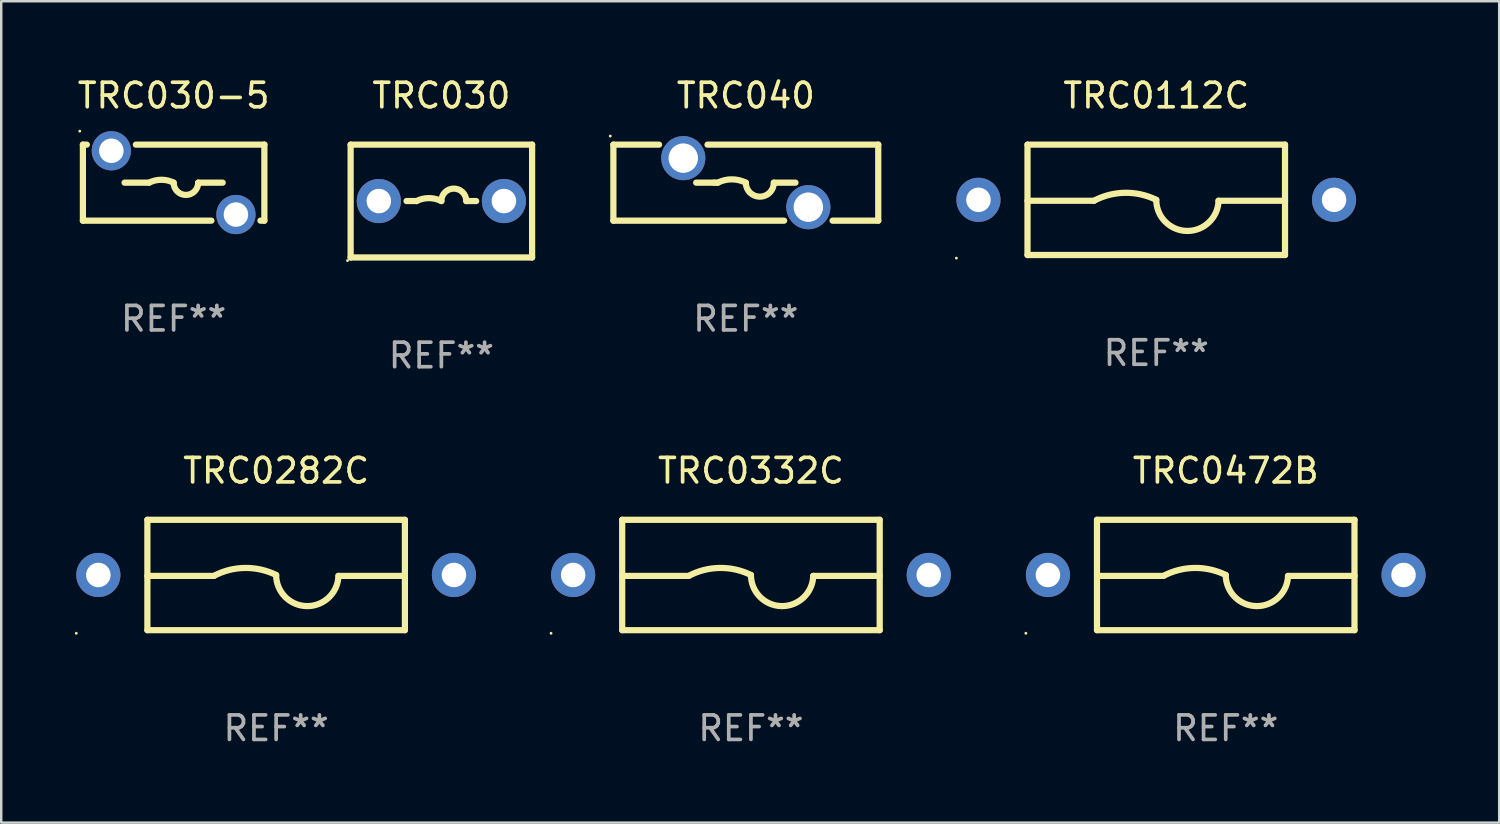
<source format=kicad_pcb>
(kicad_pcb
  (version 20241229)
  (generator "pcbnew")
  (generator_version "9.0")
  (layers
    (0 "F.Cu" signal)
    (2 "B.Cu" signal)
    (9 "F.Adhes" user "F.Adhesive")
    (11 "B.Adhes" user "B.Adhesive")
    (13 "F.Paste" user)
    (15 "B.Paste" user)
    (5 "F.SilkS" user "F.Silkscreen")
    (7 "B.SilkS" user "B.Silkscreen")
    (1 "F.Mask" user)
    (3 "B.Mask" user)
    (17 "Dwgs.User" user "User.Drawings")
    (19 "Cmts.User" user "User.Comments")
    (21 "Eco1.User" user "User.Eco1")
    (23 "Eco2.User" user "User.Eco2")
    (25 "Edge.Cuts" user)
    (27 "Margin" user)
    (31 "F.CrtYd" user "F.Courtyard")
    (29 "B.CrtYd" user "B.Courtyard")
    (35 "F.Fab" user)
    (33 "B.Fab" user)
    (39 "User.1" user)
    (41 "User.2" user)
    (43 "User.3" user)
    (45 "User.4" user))
  (footprint "TRC0332C"
    (layer "F.Cu")
    (at 27.57 20.395)
    (property "Reference" "TRC0332C" (at 0 -4.25 0) (layer "F.SilkS") (effects (font (size 1 1) (thickness 0.15))))
    (attr through_hole)
    (fp_line (start -5.25 -2.25) (end -5.25 2.25) (stroke (width 0.254) (type solid)) (layer "F.SilkS"))
    (fp_line (start -5.25 -2.25) (end 5.25 -2.25) (stroke (width 0.254) (type solid)) (layer "F.SilkS"))
    (fp_line (start -5.25 0.038) (end -2.54 0.038) (stroke (width 0.254) (type solid)) (layer "F.SilkS"))
    (fp_line (start -5.25 2.25) (end 5.25 2.25) (stroke (width 0.254) (type solid)) (layer "F.SilkS"))
    (fp_line (start 5.25 -2.25) (end 5.25 2.25) (stroke (width 0.254) (type solid)) (layer "F.SilkS"))
    (fp_line (start 5.25 0.038) (end 2.54 0.038) (stroke (width 0.254) (type solid)) (layer "F.SilkS"))
    (fp_arc (start -2.540005 0.037871) (mid -1.274562 -0.286877) (end 0 -0.000001) (stroke (width 0.254001) (type solid)) (layer "F.SilkS"))
    (fp_arc (start 2.540005 0.037871) (mid 1.251349 1.270013) (end 0 0) (stroke (width 0.254001) (type solid)) (layer "F.SilkS"))
    (fp_circle (center -8.15 2.377) (end -8.12 2.377) (stroke (width 0.06) (type solid)) (fill no) (layer "F.SilkS"))
    (fp_text user "REF**" (at 0 6.25 0) (layer "F.Fab") (effects (font (size 1 1) (thickness 0.15))))
    (pad "1" thru_hole circle (at -7.25 0) (size 1.8 1.8) (drill 1) (layers "*.Cu" "*.Mask"))
    (pad "2" thru_hole circle (at 7.25 0) (size 1.8 1.8) (drill 1) (layers "*.Cu" "*.Mask")))
  (footprint "TRC0112C"
    (layer "F.Cu")
    (at 44.097 5.098)
    (property "Reference" "TRC0112C" (at 0 -4.25 0) (layer "F.SilkS") (effects (font (size 1 1) (thickness 0.15))))
    (attr through_hole)
    (fp_line (start -5.25 -2.25) (end -5.25 2.25) (stroke (width 0.254) (type solid)) (layer "F.SilkS"))
    (fp_line (start -5.25 -2.25) (end 5.25 -2.25) (stroke (width 0.254) (type solid)) (layer "F.SilkS"))
    (fp_line (start -5.25 0.038) (end -2.54 0.038) (stroke (width 0.254) (type solid)) (layer "F.SilkS"))
    (fp_line (start -5.25 2.25) (end 5.25 2.25) (stroke (width 0.254) (type solid)) (layer "F.SilkS"))
    (fp_line (start 5.25 -2.25) (end 5.25 2.25) (stroke (width 0.254) (type solid)) (layer "F.SilkS"))
    (fp_line (start 5.25 0.038) (end 2.54 0.038) (stroke (width 0.254) (type solid)) (layer "F.SilkS"))
    (fp_arc (start -2.540005 0.037871) (mid -1.274562 -0.286877) (end 0 -0.000001) (stroke (width 0.254001) (type solid)) (layer "F.SilkS"))
    (fp_arc (start 2.540005 0.037871) (mid 1.251349 1.270013) (end 0 0) (stroke (width 0.254001) (type solid)) (layer "F.SilkS"))
    (fp_circle (center -8.15 2.377) (end -8.12 2.377) (stroke (width 0.06) (type solid)) (fill no) (layer "F.SilkS"))
    (fp_text user "REF**" (at 0 6.25 0) (layer "F.Fab") (effects (font (size 1 1) (thickness 0.15))))
    (pad "1" thru_hole circle (at -7.25 0) (size 1.8 1.8) (drill 1) (layers "*.Cu" "*.Mask"))
    (pad "2" thru_hole circle (at 7.25 0) (size 1.8 1.8) (drill 1) (layers "*.Cu" "*.Mask")))
  (footprint "TRC0282C"
    (layer "F.Cu")
    (at 8.21 20.395)
    (property "Reference" "TRC0282C" (at 0 -4.25 0) (layer "F.SilkS") (effects (font (size 1 1) (thickness 0.15))))
    (attr through_hole)
    (fp_line (start -5.25 -2.25) (end -5.25 2.25) (stroke (width 0.254) (type solid)) (layer "F.SilkS"))
    (fp_line (start -5.25 -2.25) (end 5.25 -2.25) (stroke (width 0.254) (type solid)) (layer "F.SilkS"))
    (fp_line (start -5.25 0.038) (end -2.54 0.038) (stroke (width 0.254) (type solid)) (layer "F.SilkS"))
    (fp_line (start -5.25 2.25) (end 5.25 2.25) (stroke (width 0.254) (type solid)) (layer "F.SilkS"))
    (fp_line (start 5.25 -2.25) (end 5.25 2.25) (stroke (width 0.254) (type solid)) (layer "F.SilkS"))
    (fp_line (start 5.25 0.038) (end 2.54 0.038) (stroke (width 0.254) (type solid)) (layer "F.SilkS"))
    (fp_arc (start -2.540005 0.037871) (mid -1.274562 -0.286877) (end 0 -0.000001) (stroke (width 0.254001) (type solid)) (layer "F.SilkS"))
    (fp_arc (start 2.540005 0.037871) (mid 1.251349 1.270013) (end 0 0) (stroke (width 0.254001) (type solid)) (layer "F.SilkS"))
    (fp_circle (center -8.15 2.377) (end -8.12 2.377) (stroke (width 0.06) (type solid)) (fill no) (layer "F.SilkS"))
    (fp_text user "REF**" (at 0 6.25 0) (layer "F.Fab") (effects (font (size 1 1) (thickness 0.15))))
    (pad "1" thru_hole circle (at -7.25 0) (size 1.8 1.8) (drill 1) (layers "*.Cu" "*.Mask"))
    (pad "2" thru_hole circle (at 7.25 0) (size 1.8 1.8) (drill 1) (layers "*.Cu" "*.Mask")))
  (footprint "TRC030"
    (layer "F.Cu")
    (at 14.947 5.148)
    (property "Reference" "TRC030" (at 0 -4.3 0) (layer "F.SilkS") (effects (font (size 1 1) (thickness 0.15))))
    (attr through_hole)
    (fp_line (start -3.7 -2.3) (end 3.7 -2.3) (stroke (width 0.254) (type solid)) (layer "F.SilkS"))
    (fp_line (start -3.7 2.3) (end -3.7 -2.3) (stroke (width 0.254) (type solid)) (layer "F.SilkS"))
    (fp_line (start -1.419 0) (end -1.016 0) (stroke (width 0.254) (type solid)) (layer "F.SilkS"))
    (fp_line (start 1.419 0) (end 1.016 0) (stroke (width 0.254) (type solid)) (layer "F.SilkS"))
    (fp_line (start 3.7 -2.3) (end 3.7 2.3) (stroke (width 0.254) (type solid)) (layer "F.SilkS"))
    (fp_line (start 3.7 2.3) (end -3.7 2.3) (stroke (width 0.254) (type solid)) (layer "F.SilkS"))
    (fp_arc (start -1.016002 0) (mid -0.508001 -0.119923) (end 0 0) (stroke (width 0.254001) (type solid)) (layer "F.SilkS"))
    (fp_arc (start 0 0) (mid 0.508001 -0.508001) (end 1.016002 0) (stroke (width 0.254001) (type solid)) (layer "F.SilkS"))
    (fp_circle (center -3.827 2.427) (end -3.797 2.427) (stroke (width 0.06) (type solid)) (fill no) (layer "F.SilkS"))
    (fp_text user "REF**" (at 0 6.3 0) (layer "F.Fab") (effects (font (size 1 1) (thickness 0.15))))
    (pad "1" thru_hole circle (at -2.55 0) (size 1.8 1.8) (drill 1) (layers "*.Cu" "*.Mask"))
    (pad "2" thru_hole circle (at 2.55 0) (size 1.8 1.8) (drill 1) (layers "*.Cu" "*.Mask")))
  (footprint "TRC0472B"
    (layer "F.Cu")
    (at 46.93 20.395)
    (property "Reference" "TRC0472B" (at 0 -4.25 0) (layer "F.SilkS") (effects (font (size 1 1) (thickness 0.15))))
    (attr through_hole)
    (fp_line (start -5.25 -2.25) (end -5.25 2.25) (stroke (width 0.254) (type solid)) (layer "F.SilkS"))
    (fp_line (start -5.25 -2.25) (end 5.25 -2.25) (stroke (width 0.254) (type solid)) (layer "F.SilkS"))
    (fp_line (start -5.25 0.038) (end -2.54 0.038) (stroke (width 0.254) (type solid)) (layer "F.SilkS"))
    (fp_line (start -5.25 2.25) (end 5.25 2.25) (stroke (width 0.254) (type solid)) (layer "F.SilkS"))
    (fp_line (start 5.25 -2.25) (end 5.25 2.25) (stroke (width 0.254) (type solid)) (layer "F.SilkS"))
    (fp_line (start 5.25 0.038) (end 2.54 0.038) (stroke (width 0.254) (type solid)) (layer "F.SilkS"))
    (fp_arc (start -2.540005 0.037871) (mid -1.274562 -0.286877) (end 0 -0.000001) (stroke (width 0.254001) (type solid)) (layer "F.SilkS"))
    (fp_arc (start 2.540005 0.037871) (mid 1.251349 1.270013) (end 0 0) (stroke (width 0.254001) (type solid)) (layer "F.SilkS"))
    (fp_circle (center -8.15 2.377) (end -8.12 2.377) (stroke (width 0.06) (type solid)) (fill no) (layer "F.SilkS"))
    (fp_text user "REF**" (at 0 6.25 0) (layer "F.Fab") (effects (font (size 1 1) (thickness 0.15))))
    (pad "1" thru_hole circle (at -7.25 0) (size 1.8 1.8) (drill 1) (layers "*.Cu" "*.Mask"))
    (pad "2" thru_hole circle (at 7.25 0) (size 1.8 1.8) (drill 1) (layers "*.Cu" "*.Mask")))
  (footprint "TRC040"
    (layer "F.Cu")
    (at 27.361 4.398)
    (property "Reference" "TRC040" (at 0 -3.55 0) (layer "F.SilkS") (effects (font (size 1 1) (thickness 0.15))))
    (attr through_hole)
    (fp_line (start -5.4 -1.55) (end -3.538 -1.55) (stroke (width 0.254) (type solid)) (layer "F.SilkS"))
    (fp_line (start -5.4 1.55) (end -5.4 -1.55) (stroke (width 0.254) (type solid)) (layer "F.SilkS"))
    (fp_line (start -5.4 1.55) (end 1.562 1.55) (stroke (width 0.254) (type solid)) (layer "F.SilkS"))
    (fp_line (start -2.024 0) (end -1.143 0) (stroke (width 0.254) (type solid)) (layer "F.SilkS"))
    (fp_line (start -1.562 -1.55) (end 5.4 -1.55) (stroke (width 0.254) (type solid)) (layer "F.SilkS"))
    (fp_line (start 2.024 0) (end 1.143 0) (stroke (width 0.254) (type solid)) (layer "F.SilkS"))
    (fp_line (start 3.538 1.55) (end 5.4 1.55) (stroke (width 0.254) (type solid)) (layer "F.SilkS"))
    (fp_line (start 5.4 -1.55) (end 5.4 1.55) (stroke (width 0.254) (type solid)) (layer "F.SilkS"))
    (fp_arc (start -1.285243 0) (mid -1.280061 -0.005182) (end -1.274879 0) (stroke (width 0.254001) (type solid)) (layer "F.SilkS"))
    (fp_arc (start -1.143002 0) (mid -0.571501 -0.134913) (end 0 0) (stroke (width 0.254001) (type solid)) (layer "F.SilkS"))
    (fp_arc (start 1.143002 0) (mid 0.571501 0.571501) (end 0 0) (stroke (width 0.254001) (type solid)) (layer "F.SilkS"))
    (fp_circle (center -5.527 -1.9) (end -5.497 -1.9) (stroke (width 0.06) (type solid)) (fill no) (layer "F.SilkS"))
    (fp_text user "REF**" (at 0 5.55 0) (layer "F.Fab") (effects (font (size 1 1) (thickness 0.15))))
    (pad "1" thru_hole circle (at -2.55 -1) (size 1.8 1.8) (drill 1.2) (layers "*.Cu" "*.Mask"))
    (pad "2" thru_hole circle (at 2.55 1) (size 1.8 1.8) (drill 1.2) (layers "*.Cu" "*.Mask")))
  (footprint "TRC030-5"
    (layer "F.Cu")
    (at 4.03 4.398)
    (property "Reference" "TRC030-5" (at 0 -3.55 0) (layer "F.SilkS") (effects (font (size 1 1) (thickness 0.15))))
    (attr through_hole)
    (fp_line (start -3.7 -1.55) (end -3.54 -1.55) (stroke (width 0.254) (type solid)) (layer "F.SilkS"))
    (fp_line (start -3.7 1.55) (end -3.7 -1.55) (stroke (width 0.254) (type solid)) (layer "F.SilkS"))
    (fp_line (start -3.7 1.55) (end 1.54 1.55) (stroke (width 0.254) (type solid)) (layer "F.SilkS"))
    (fp_line (start -1.54 -1.55) (end 3.7 -1.55) (stroke (width 0.254) (type solid)) (layer "F.SilkS"))
    (fp_line (start -1 0) (end -2 0) (stroke (width 0.254) (type solid)) (layer "F.SilkS"))
    (fp_line (start 1 0) (end 2 0) (stroke (width 0.254) (type solid)) (layer "F.SilkS"))
    (fp_line (start 3.54 1.55) (end 3.7 1.55) (stroke (width 0.254) (type solid)) (layer "F.SilkS"))
    (fp_line (start 3.7 -1.55) (end 3.7 1.55) (stroke (width 0.254) (type solid)) (layer "F.SilkS"))
    (fp_arc (start -1.000762 0) (mid -0.500381 -0.118151) (end 0 0) (stroke (width 0.254001) (type solid)) (layer "F.SilkS"))
    (fp_arc (start 1.000762 0) (mid 0.500381 0.500127) (end 0 0) (stroke (width 0.254001) (type solid)) (layer "F.SilkS"))
    (fp_circle (center -3.827 -2.1) (end -3.797 -2.1) (stroke (width 0.06) (type solid)) (fill no) (layer "F.SilkS"))
    (fp_text user "REF**" (at 0 5.55 0) (layer "F.Fab") (effects (font (size 1 1) (thickness 0.15))))
    (pad "1" thru_hole circle (at -2.54 -1.3) (size 1.6 1.6) (drill 1) (layers "*.Cu" "*.Mask"))
    (pad "2" thru_hole circle (at 2.54 1.3) (size 1.6 1.6) (drill 1) (layers "*.Cu" "*.Mask")))
  (gr_rect
    (start -3 -3)
    (end 58.08 30.493)
    (stroke (width 0.1) (type default))
    (fill no)
    (layer "Edge.Cuts")))
</source>
